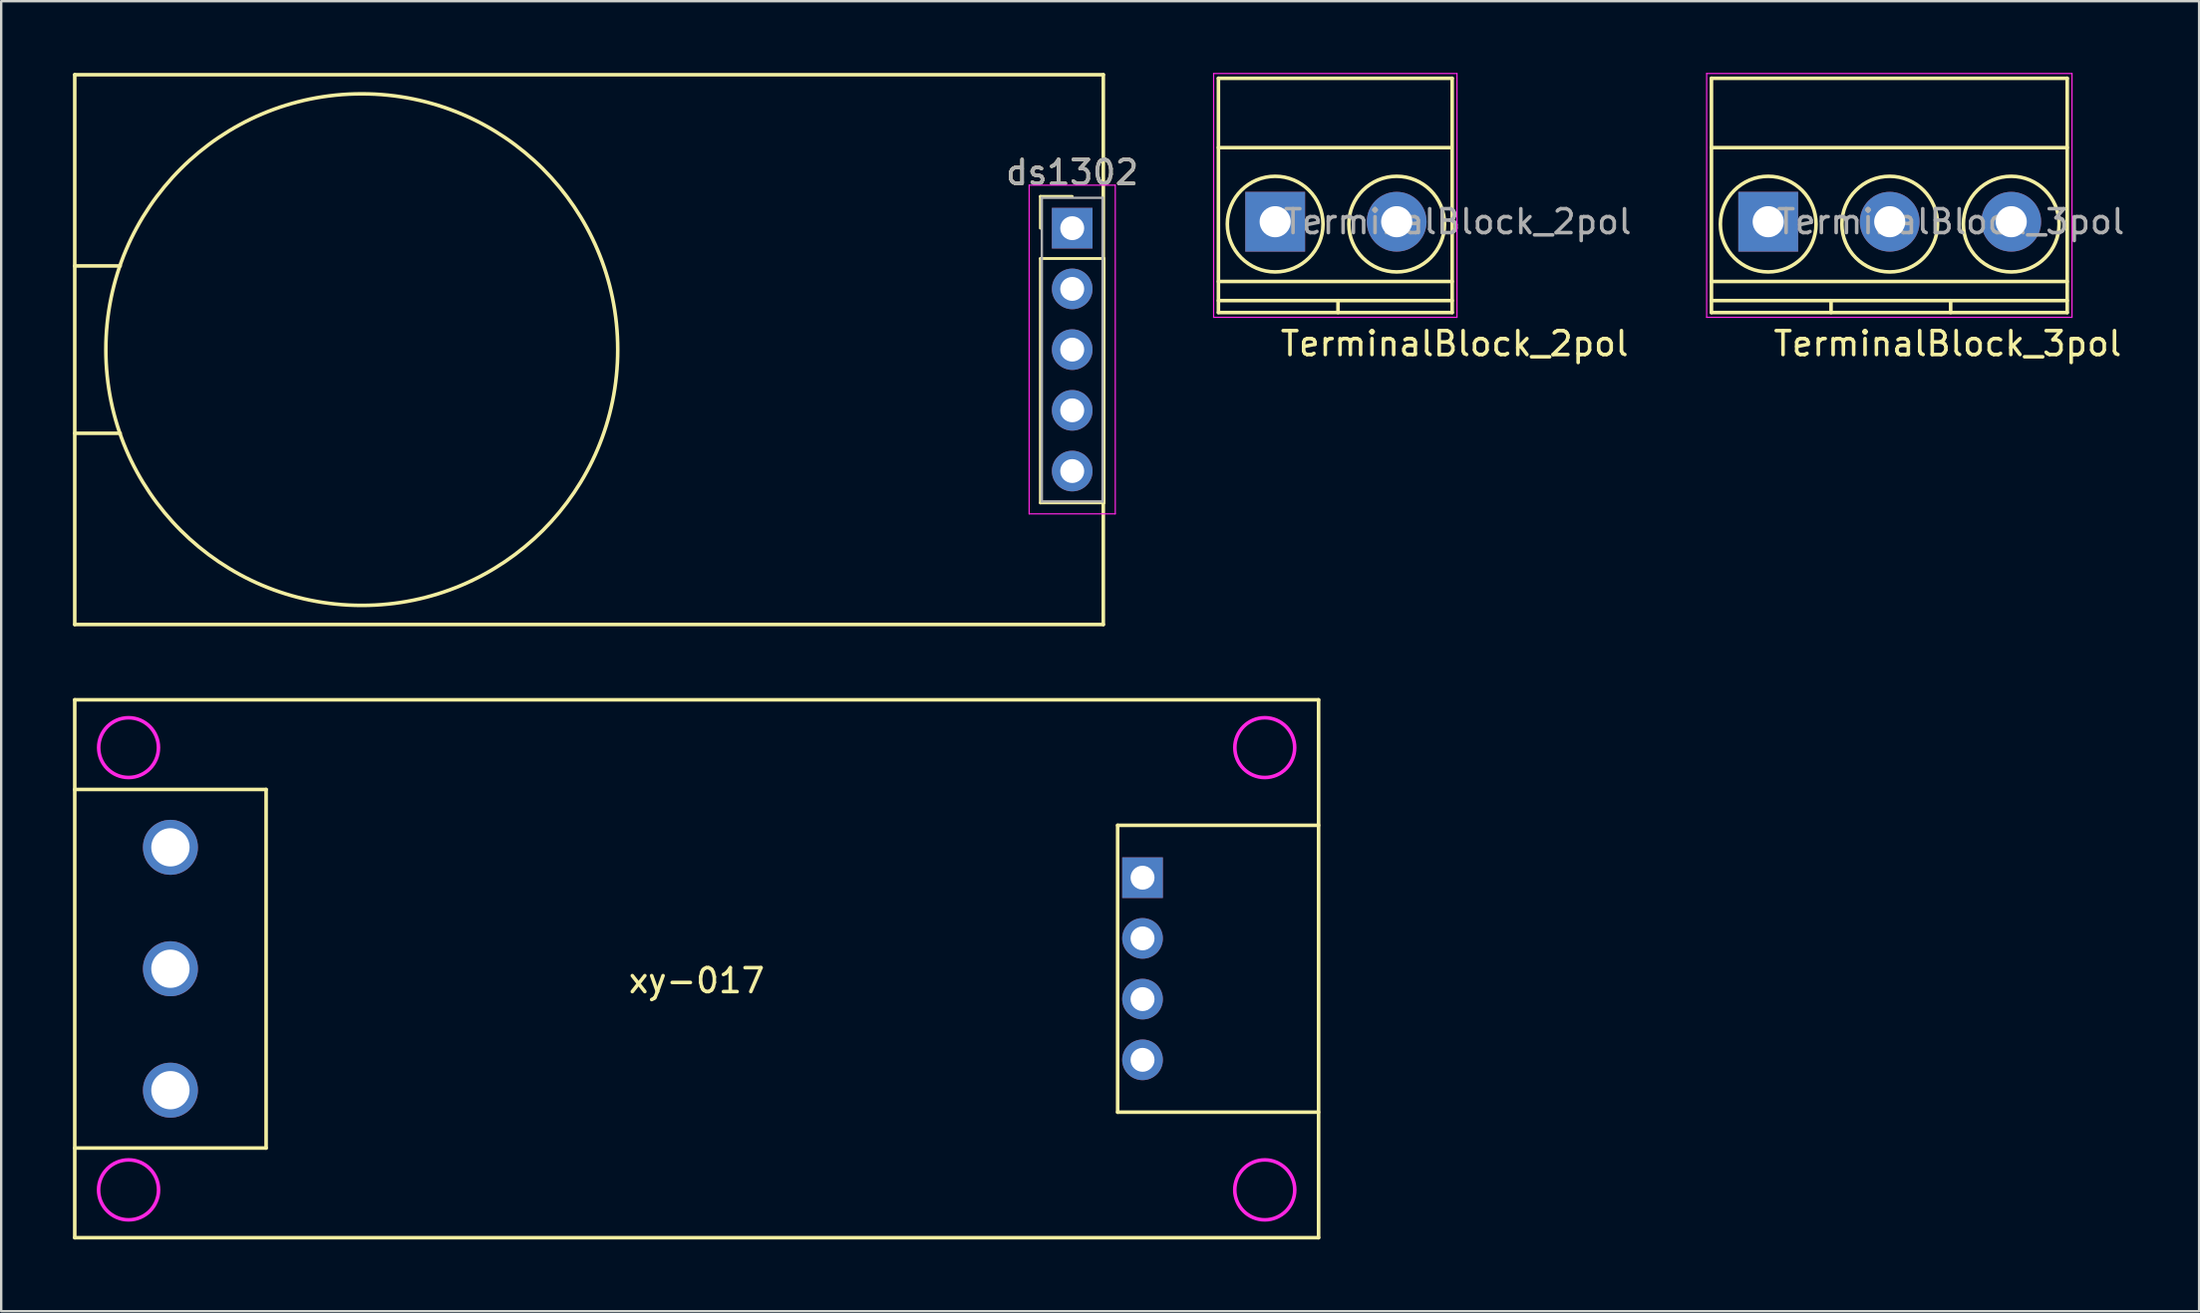
<source format=kicad_pcb>
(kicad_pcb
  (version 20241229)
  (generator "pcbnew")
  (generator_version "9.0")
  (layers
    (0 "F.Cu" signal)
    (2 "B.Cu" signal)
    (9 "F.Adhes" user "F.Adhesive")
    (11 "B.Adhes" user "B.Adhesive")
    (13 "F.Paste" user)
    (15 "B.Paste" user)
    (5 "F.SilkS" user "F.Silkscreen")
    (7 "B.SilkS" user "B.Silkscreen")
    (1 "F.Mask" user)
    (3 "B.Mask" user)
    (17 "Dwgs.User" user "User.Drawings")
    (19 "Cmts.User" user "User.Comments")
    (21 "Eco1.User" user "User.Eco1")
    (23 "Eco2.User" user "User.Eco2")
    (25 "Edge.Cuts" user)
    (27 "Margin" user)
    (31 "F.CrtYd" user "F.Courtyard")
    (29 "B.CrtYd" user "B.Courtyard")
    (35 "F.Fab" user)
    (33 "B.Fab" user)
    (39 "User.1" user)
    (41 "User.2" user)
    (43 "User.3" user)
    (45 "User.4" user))
  (footprint "xy-017"
    (layer "F.Cu")
    (at 26.075 37.475)
    (property "Reference" "xy-017" (at 0 0.5 0) (layer "F.SilkS") (effects (font (size 1 1) (thickness 0.15))))
    (attr through_hole)
    (fp_line (start -26 -11.25) (end 26 -11.25) (stroke (width 0.15) (type solid)) (layer "F.SilkS"))
    (fp_line (start -26 11.25) (end -26 -11.25) (stroke (width 0.15) (type solid)) (layer "F.SilkS"))
    (fp_line (start -18 -7.5) (end -26 -7.5) (stroke (width 0.15) (type solid)) (layer "F.SilkS"))
    (fp_line (start -18 -7.5) (end -18 7.5) (stroke (width 0.15) (type solid)) (layer "F.SilkS"))
    (fp_line (start -18 7.5) (end -26 7.5) (stroke (width 0.15) (type solid)) (layer "F.SilkS"))
    (fp_line (start 17.6 -6) (end 17.6 6) (stroke (width 0.15) (type solid)) (layer "F.SilkS"))
    (fp_line (start 17.6 6) (end 26 6) (stroke (width 0.15) (type solid)) (layer "F.SilkS"))
    (fp_line (start 26 -11.25) (end 26 11.25) (stroke (width 0.15) (type solid)) (layer "F.SilkS"))
    (fp_line (start 26 -6) (end 17.6 -6) (stroke (width 0.15) (type solid)) (layer "F.SilkS"))
    (fp_line (start 26 11.25) (end -26 11.25) (stroke (width 0.15) (type solid)) (layer "F.SilkS"))
    (fp_circle (center -23.75 -9.25) (end -22.5 -9.25) (stroke (width 0.15) (type solid)) (fill no) (layer "F.CrtYd"))
    (fp_circle (center -23.75 9.25) (end -22.496 9.25) (stroke (width 0.15) (type solid)) (fill no) (layer "F.CrtYd"))
    (fp_circle (center 23.75 -9.25) (end 25.001 -9.25) (stroke (width 0.15) (type solid)) (fill no) (layer "F.CrtYd"))
    (fp_circle (center 23.75 9.25) (end 25.004 9.25) (stroke (width 0.15) (type solid)) (fill no) (layer "F.CrtYd"))
    (pad "1" thru_hole rect (at 18.64 -3.81) (size 1.7 1.7) (drill 1) (layers "*.Cu" "*.Mask"))
    (pad "2" thru_hole circle (at 18.64 -1.27) (size 1.7 1.7) (drill 1) (layers "*.Cu" "*.Mask"))
    (pad "3" thru_hole circle (at 18.64 1.27) (size 1.7 1.7) (drill 1) (layers "*.Cu" "*.Mask"))
    (pad "4" thru_hole circle (at 18.64 3.81) (size 1.7 1.7) (drill 1) (layers "*.Cu" "*.Mask"))
    (pad "5" thru_hole circle (at -22 5.08) (size 2.3 2.3) (drill 1.6) (layers "*.Cu" "*.Mask"))
    (pad "6" thru_hole circle (at -22 0) (size 2.3 2.3) (drill 1.6) (layers "*.Cu" "*.Mask"))
    (pad "7" thru_hole circle (at -22 -5.08) (size 2.3 2.3) (drill 1.6) (layers "*.Cu" "*.Mask")))
  (footprint "TerminalBlock_3pol"
    (layer "F.Cu")
    (at 70.872 5.425)
    (property "Reference" "TerminalBlock_3pol" (at 7.5 5.9 0) (layer "F.SilkS") (effects (font (size 1 1) (thickness 0.15))))
    (attr through_hole)
    (fp_line (start -2.373 -5.2) (end -2.373 4.6) (stroke (width 0.15) (type solid)) (layer "F.SilkS"))
    (fp_line (start -2.373 -2.3) (end 12.5 -2.3) (stroke (width 0.15) (type solid)) (layer "F.SilkS"))
    (fp_line (start -2.373 3.3) (end 12.5 3.3) (stroke (width 0.15) (type solid)) (layer "F.SilkS"))
    (fp_line (start -2.373 4.1) (end 12.5 4.1) (stroke (width 0.15) (type solid)) (layer "F.SilkS"))
    (fp_line (start -2.373 4.6) (end 12.5 4.6) (stroke (width 0.15) (type solid)) (layer "F.SilkS"))
    (fp_line (start 2.627 4.1) (end 2.627 4.6) (stroke (width 0.15) (type solid)) (layer "F.SilkS"))
    (fp_line (start 7.627 4.1) (end 7.627 4.6) (stroke (width 0.15) (type solid)) (layer "F.SilkS"))
    (fp_line (start 12.5 -5.2) (end -2.373 -5.2) (stroke (width 0.15) (type solid)) (layer "F.SilkS"))
    (fp_line (start 12.5 4.6) (end 12.5 -5.2) (stroke (width 0.15) (type solid)) (layer "F.SilkS"))
    (fp_circle (center 0 0.9) (end 2 0.9) (stroke (width 0.15) (type solid)) (fill no) (layer "F.SilkS"))
    (fp_circle (center 5.08 0.9) (end 7.08 0.9) (stroke (width 0.15) (type solid)) (fill no) (layer "F.SilkS"))
    (fp_circle (center 10.16 0.9) (end 12.16 0.9) (stroke (width 0.15) (type solid)) (fill no) (layer "F.SilkS"))
    (fp_line (start -2.573 -5.4) (end 12.7 -5.4) (stroke (width 0.05) (type solid)) (layer "F.CrtYd"))
    (fp_line (start -2.573 4.8) (end -2.573 -5.4) (stroke (width 0.05) (type solid)) (layer "F.CrtYd"))
    (fp_line (start 12.7 -5.4) (end 12.7 4.8) (stroke (width 0.05) (type solid)) (layer "F.CrtYd"))
    (fp_line (start 12.7 4.8) (end -2.573 4.8) (stroke (width 0.05) (type solid)) (layer "F.CrtYd"))
    (fp_text user "${REFERENCE}" (at 7.627 0.8 0) (layer "F.Fab") (effects (font (size 1 1) (thickness 0.15))))
    (pad "1" thru_hole rect (at 0 0.8) (size 2.5 2.5) (drill 1.3) (layers "*.Cu" "*.Mask"))
    (pad "2" thru_hole circle (at 5.08 0.8) (size 2.5 2.5) (drill 1.3) (layers "*.Cu" "*.Mask"))
    (pad "3" thru_hole circle (at 10.16 0.8) (size 2.5 2.5) (drill 1.3) (layers "*.Cu" "*.Mask")))
  (footprint "TerminalBlock_2pol"
    (layer "F.Cu")
    (at 50.26 5.425)
    (property "Reference" "TerminalBlock_2pol" (at 7.5 5.9 0) (layer "F.SilkS") (effects (font (size 1 1) (thickness 0.15))))
    (attr through_hole)
    (fp_line (start -2.373 -5.2) (end -2.373 4.6) (stroke (width 0.15) (type solid)) (layer "F.SilkS"))
    (fp_line (start -2.373 -2.3) (end 7.3 -2.3) (stroke (width 0.15) (type solid)) (layer "F.SilkS"))
    (fp_line (start -2.373 3.3) (end 7.4 3.3) (stroke (width 0.15) (type solid)) (layer "F.SilkS"))
    (fp_line (start -2.373 4.1) (end 7.4 4.1) (stroke (width 0.15) (type solid)) (layer "F.SilkS"))
    (fp_line (start -2.373 4.6) (end 7.4 4.6) (stroke (width 0.15) (type solid)) (layer "F.SilkS"))
    (fp_line (start 2.627 4.1) (end 2.627 4.6) (stroke (width 0.15) (type solid)) (layer "F.SilkS"))
    (fp_line (start 7.4 -5.2) (end -2.373 -5.2) (stroke (width 0.15) (type solid)) (layer "F.SilkS"))
    (fp_line (start 7.4 4.6) (end 7.4 -5.2) (stroke (width 0.15) (type solid)) (layer "F.SilkS"))
    (fp_circle (center 0 0.9) (end 2 0.9) (stroke (width 0.15) (type solid)) (fill no) (layer "F.SilkS"))
    (fp_circle (center 5.08 0.9) (end 7.08 0.9) (stroke (width 0.15) (type solid)) (fill no) (layer "F.SilkS"))
    (fp_line (start -2.573 -5.4) (end 7.6 -5.4) (stroke (width 0.05) (type solid)) (layer "F.CrtYd"))
    (fp_line (start -2.573 4.8) (end -2.573 -5.4) (stroke (width 0.05) (type solid)) (layer "F.CrtYd"))
    (fp_line (start 7.6 -5.4) (end 7.6 4.8) (stroke (width 0.05) (type solid)) (layer "F.CrtYd"))
    (fp_line (start 7.6 4.8) (end -2.573 4.8) (stroke (width 0.05) (type solid)) (layer "F.CrtYd"))
    (fp_text user "${REFERENCE}" (at 7.627 0.8 0) (layer "F.Fab") (effects (font (size 1 1) (thickness 0.15))))
    (pad "1" thru_hole rect (at 0 0.8) (size 2.5 2.5) (drill 1.3) (layers "*.Cu" "*.Mask"))
    (pad "2" thru_hole circle (at 5.08 0.8) (size 2.5 2.5) (drill 1.3) (layers "*.Cu" "*.Mask")))
  (footprint "ds1302"
    (layer "F.Cu")
    (at 41.775 11.575)
    (property "Reference" "ds1302" (at 0 -7.41 0) (layer "F.SilkS") (effects (font (size 1 1) (thickness 0.15))))
    (attr through_hole)
    (fp_line (start -41.7 -11.5) (end 1.3 -11.5) (stroke (width 0.15) (type solid)) (layer "F.SilkS"))
    (fp_line (start -41.7 11.5) (end -41.7 -11.5) (stroke (width 0.15) (type solid)) (layer "F.SilkS"))
    (fp_line (start -39.8 -3.5) (end -41.7 -3.5) (stroke (width 0.15) (type solid)) (layer "F.SilkS"))
    (fp_line (start -39.8 3.5) (end -41.7 3.5) (stroke (width 0.15) (type solid)) (layer "F.SilkS"))
    (fp_line (start -1.33 -6.41) (end 0 -6.41) (stroke (width 0.12) (type solid)) (layer "F.SilkS"))
    (fp_line (start -1.33 -5.08) (end -1.33 -6.41) (stroke (width 0.12) (type solid)) (layer "F.SilkS"))
    (fp_line (start -1.33 -3.81) (end -1.33 6.41) (stroke (width 0.12) (type solid)) (layer "F.SilkS"))
    (fp_line (start -1.33 6.41) (end 1.33 6.41) (stroke (width 0.12) (type solid)) (layer "F.SilkS"))
    (fp_line (start 1.3 -11.5) (end 1.3 11.5) (stroke (width 0.15) (type solid)) (layer "F.SilkS"))
    (fp_line (start 1.3 11.5) (end -41.7 11.5) (stroke (width 0.15) (type solid)) (layer "F.SilkS"))
    (fp_line (start 1.33 -3.81) (end -1.33 -3.81) (stroke (width 0.12) (type solid)) (layer "F.SilkS"))
    (fp_line (start 1.33 6.41) (end 1.33 -3.81) (stroke (width 0.12) (type solid)) (layer "F.SilkS"))
    (fp_circle (center -29.7 0) (end -19 0) (stroke (width 0.15) (type solid)) (fill no) (layer "F.SilkS"))
    (fp_line (start -1.8 -6.88) (end -1.8 6.87) (stroke (width 0.05) (type solid)) (layer "F.CrtYd"))
    (fp_line (start -1.8 6.87) (end 1.8 6.87) (stroke (width 0.05) (type solid)) (layer "F.CrtYd"))
    (fp_line (start 1.8 -6.88) (end -1.8 -6.88) (stroke (width 0.05) (type solid)) (layer "F.CrtYd"))
    (fp_line (start 1.8 6.87) (end 1.8 -6.88) (stroke (width 0.05) (type solid)) (layer "F.CrtYd"))
    (fp_line (start -1.27 -6.35) (end -1.27 6.35) (stroke (width 0.1) (type solid)) (layer "F.Fab"))
    (fp_line (start -1.27 6.35) (end 1.27 6.35) (stroke (width 0.1) (type solid)) (layer "F.Fab"))
    (fp_line (start 1.27 -6.35) (end -1.27 -6.35) (stroke (width 0.1) (type solid)) (layer "F.Fab"))
    (fp_line (start 1.27 6.35) (end 1.27 -6.35) (stroke (width 0.1) (type solid)) (layer "F.Fab"))
    (fp_text user "${REFERENCE}" (at 0 -7.41 0) (layer "F.Fab") (effects (font (size 1 1) (thickness 0.15))))
    (pad "1" thru_hole rect (at 0 -5.08) (size 1.7 1.7) (drill 1) (layers "*.Cu" "*.Mask"))
    (pad "2" thru_hole oval (at 0 -2.54) (size 1.7 1.7) (drill 1) (layers "*.Cu" "*.Mask"))
    (pad "3" thru_hole oval (at 0 0) (size 1.7 1.7) (drill 1) (layers "*.Cu" "*.Mask"))
    (pad "4" thru_hole oval (at 0 2.54) (size 1.7 1.7) (drill 1) (layers "*.Cu" "*.Mask"))
    (pad "5" thru_hole oval (at 0 5.08) (size 1.7 1.7) (drill 1) (layers "*.Cu" "*.Mask")))
  (gr_rect
    (start -3 -3)
    (end 88.886 51.8)
    (stroke (width 0.1) (type default))
    (fill no)
    (layer "Edge.Cuts")))
</source>
